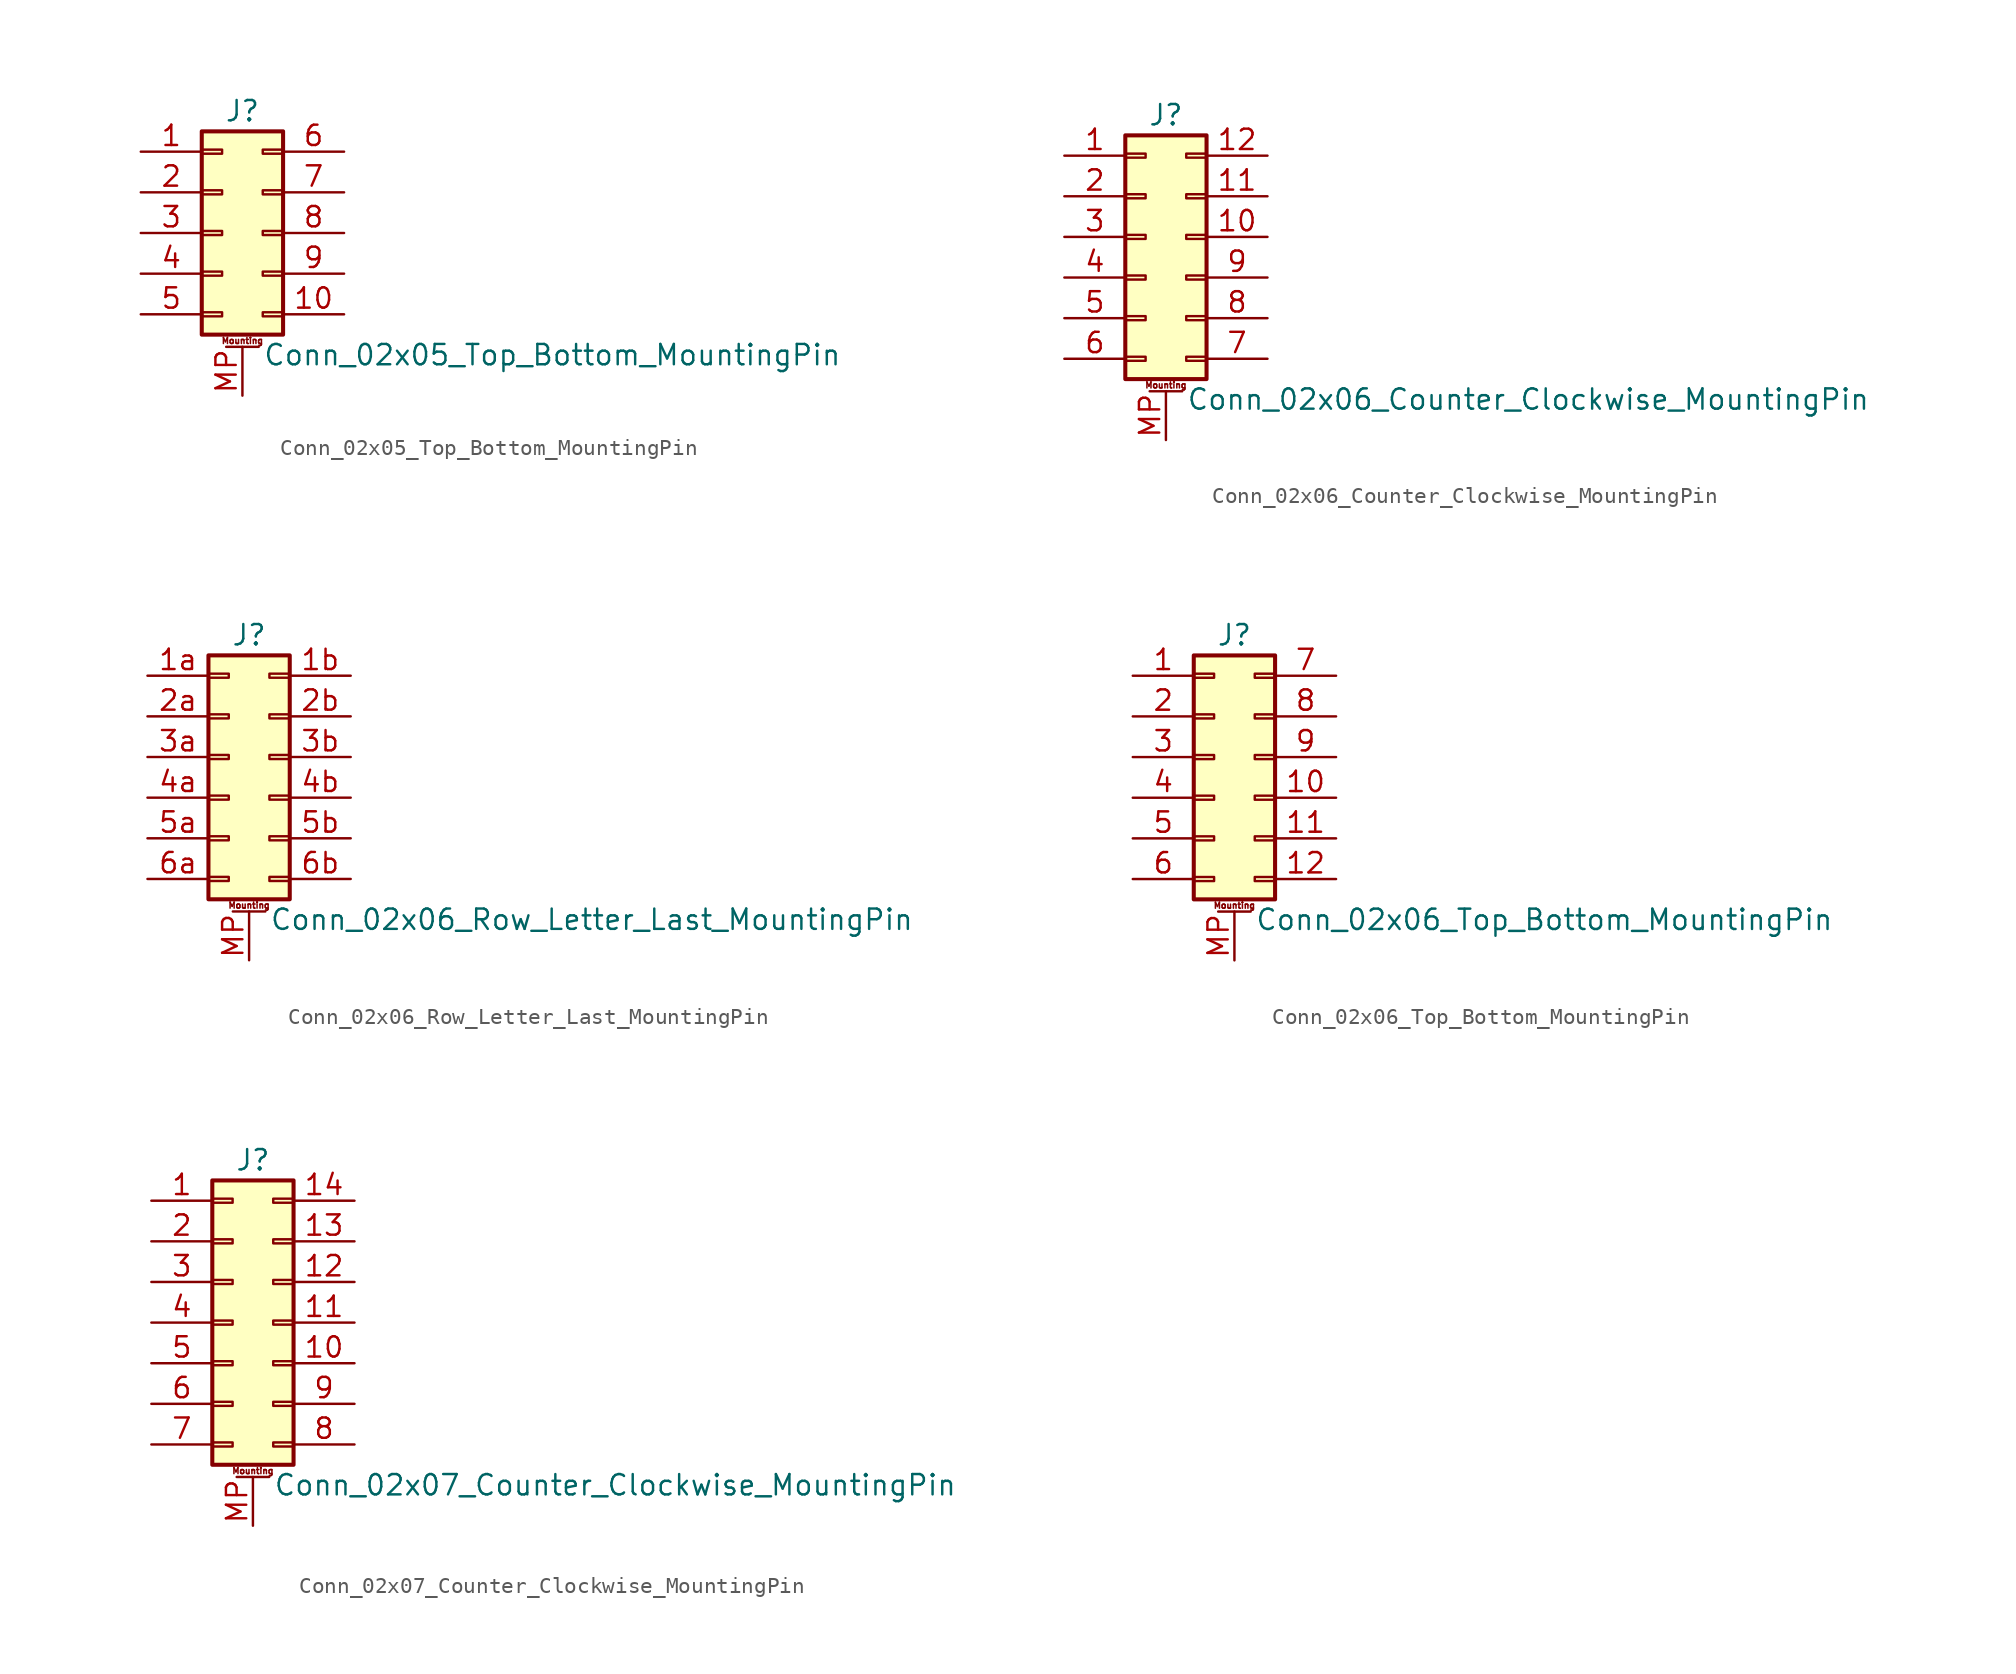
<source format=kicad_sym>
(kicad_symbol_lib
  (version 20201005)
  (generator kicad_symbol_editor)
  (symbol "Connector_Generic_MountingPin:Conn_02x05_Top_Bottom_MountingPin"
    (pin_names
      (offset 1.016) hide)
    (property "Reference" "J"
      (at 1.27 7.62 0)
      (effects (font (size 1.27 1.27))))
    (property "Value" "Conn_02x05_Top_Bottom_MountingPin"
      (at 2.54 -7.62 0)
      (effects (font (size 1.27 1.27)) (justify left)))
    (symbol "Conn_02x05_Top_Bottom_MountingPin_1_1"
      (text "Mounting" (at 1.27 -6.731 0) (effects (font (size 0.381 0.381))))
      (rectangle (start -1.27 -4.953) (end 0 -5.207) (stroke (width 0.152)) (fill (type none)))
      (rectangle (start -1.27 -2.413) (end 0 -2.667) (stroke (width 0.152)) (fill (type none)))
      (rectangle (start -1.27 2.667) (end 0 2.413) (stroke (width 0.152)) (fill (type none)))
      (rectangle (start -1.27 5.207) (end 0 4.953) (stroke (width 0.152)) (fill (type none)))
      (rectangle (start -1.27 6.35) (end 3.81 -6.35) (stroke (width 0.254)) (fill (type background)))
      (rectangle (start -1.27 0.127) (end 0 -0.127) (stroke (width 0.152)) (fill (type none)))
      (rectangle (start 3.81 -4.953) (end 2.54 -5.207) (stroke (width 0.152)) (fill (type none)))
      (rectangle (start 3.81 -2.413) (end 2.54 -2.667) (stroke (width 0.152)) (fill (type none)))
      (rectangle (start 3.81 2.667) (end 2.54 2.413) (stroke (width 0.152)) (fill (type none)))
      (rectangle (start 3.81 5.207) (end 2.54 4.953) (stroke (width 0.152)) (fill (type none)))
      (rectangle (start 3.81 0.127) (end 2.54 -0.127) (stroke (width 0.152)) (fill (type none)))
      (polyline (pts (xy 0.254 -7.112) (xy 2.286 -7.112)) (stroke (width 0.152)) (fill (type none)))
      (pin passive line (at 1.27 -10.16 90) (length 3.048) (name "MountPin" (effects (font (size 1.27 1.27)))) (number "MP" (effects (font (size 1.27 1.27)))))
      (pin passive line (at -5.08 5.08 0) (length 3.81) (name "Pin_1" (effects (font (size 1.27 1.27)))) (number "1" (effects (font (size 1.27 1.27)))))
      (pin passive line (at 7.62 -5.08 180) (length 3.81) (name "Pin_10" (effects (font (size 1.27 1.27)))) (number "10" (effects (font (size 1.27 1.27)))))
      (pin passive line (at -5.08 2.54 0) (length 3.81) (name "Pin_2" (effects (font (size 1.27 1.27)))) (number "2" (effects (font (size 1.27 1.27)))))
      (pin passive line (at -5.08 0 0) (length 3.81) (name "Pin_3" (effects (font (size 1.27 1.27)))) (number "3" (effects (font (size 1.27 1.27)))))
      (pin passive line (at -5.08 -2.54 0) (length 3.81) (name "Pin_4" (effects (font (size 1.27 1.27)))) (number "4" (effects (font (size 1.27 1.27)))))
      (pin passive line (at -5.08 -5.08 0) (length 3.81) (name "Pin_5" (effects (font (size 1.27 1.27)))) (number "5" (effects (font (size 1.27 1.27)))))
      (pin passive line (at 7.62 5.08 180) (length 3.81) (name "Pin_6" (effects (font (size 1.27 1.27)))) (number "6" (effects (font (size 1.27 1.27)))))
      (pin passive line (at 7.62 2.54 180) (length 3.81) (name "Pin_7" (effects (font (size 1.27 1.27)))) (number "7" (effects (font (size 1.27 1.27)))))
      (pin passive line (at 7.62 0 180) (length 3.81) (name "Pin_8" (effects (font (size 1.27 1.27)))) (number "8" (effects (font (size 1.27 1.27)))))
      (pin passive line (at 7.62 -2.54 180) (length 3.81) (name "Pin_9" (effects (font (size 1.27 1.27)))) (number "9" (effects (font (size 1.27 1.27)))))))
  (symbol "Connector_Generic_MountingPin:Conn_02x06_Counter_Clockwise_MountingPin"
    (pin_names
      (offset 1.016) hide)
    (property "Reference" "J"
      (at 1.27 7.62 0)
      (effects (font (size 1.27 1.27))))
    (property "Value" "Conn_02x06_Counter_Clockwise_MountingPin"
      (at 2.54 -10.16 0)
      (effects (font (size 1.27 1.27)) (justify left)))
    (symbol "Conn_02x06_Counter_Clockwise_MountingPin_1_1"
      (text "Mounting" (at 1.27 -9.271 0) (effects (font (size 0.381 0.381))))
      (rectangle (start -1.27 -4.953) (end 0 -5.207) (stroke (width 0.152)) (fill (type none)))
      (rectangle (start -1.27 -7.493) (end 0 -7.747) (stroke (width 0.152)) (fill (type none)))
      (rectangle (start -1.27 -2.413) (end 0 -2.667) (stroke (width 0.152)) (fill (type none)))
      (rectangle (start -1.27 2.667) (end 0 2.413) (stroke (width 0.152)) (fill (type none)))
      (rectangle (start -1.27 5.207) (end 0 4.953) (stroke (width 0.152)) (fill (type none)))
      (rectangle (start -1.27 6.35) (end 3.81 -8.89) (stroke (width 0.254)) (fill (type background)))
      (rectangle (start -1.27 0.127) (end 0 -0.127) (stroke (width 0.152)) (fill (type none)))
      (rectangle (start 3.81 -4.953) (end 2.54 -5.207) (stroke (width 0.152)) (fill (type none)))
      (rectangle (start 3.81 -7.493) (end 2.54 -7.747) (stroke (width 0.152)) (fill (type none)))
      (rectangle (start 3.81 -2.413) (end 2.54 -2.667) (stroke (width 0.152)) (fill (type none)))
      (rectangle (start 3.81 2.667) (end 2.54 2.413) (stroke (width 0.152)) (fill (type none)))
      (rectangle (start 3.81 5.207) (end 2.54 4.953) (stroke (width 0.152)) (fill (type none)))
      (rectangle (start 3.81 0.127) (end 2.54 -0.127) (stroke (width 0.152)) (fill (type none)))
      (polyline (pts (xy 0.254 -9.652) (xy 2.286 -9.652)) (stroke (width 0.152)) (fill (type none)))
      (pin passive line (at 1.27 -12.7 90) (length 3.048) (name "MountPin" (effects (font (size 1.27 1.27)))) (number "MP" (effects (font (size 1.27 1.27)))))
      (pin passive line (at -5.08 5.08 0) (length 3.81) (name "Pin_1" (effects (font (size 1.27 1.27)))) (number "1" (effects (font (size 1.27 1.27)))))
      (pin passive line (at 7.62 0 180) (length 3.81) (name "Pin_10" (effects (font (size 1.27 1.27)))) (number "10" (effects (font (size 1.27 1.27)))))
      (pin passive line (at 7.62 2.54 180) (length 3.81) (name "Pin_11" (effects (font (size 1.27 1.27)))) (number "11" (effects (font (size 1.27 1.27)))))
      (pin passive line (at 7.62 5.08 180) (length 3.81) (name "Pin_12" (effects (font (size 1.27 1.27)))) (number "12" (effects (font (size 1.27 1.27)))))
      (pin passive line (at -5.08 2.54 0) (length 3.81) (name "Pin_2" (effects (font (size 1.27 1.27)))) (number "2" (effects (font (size 1.27 1.27)))))
      (pin passive line (at -5.08 0 0) (length 3.81) (name "Pin_3" (effects (font (size 1.27 1.27)))) (number "3" (effects (font (size 1.27 1.27)))))
      (pin passive line (at -5.08 -2.54 0) (length 3.81) (name "Pin_4" (effects (font (size 1.27 1.27)))) (number "4" (effects (font (size 1.27 1.27)))))
      (pin passive line (at -5.08 -5.08 0) (length 3.81) (name "Pin_5" (effects (font (size 1.27 1.27)))) (number "5" (effects (font (size 1.27 1.27)))))
      (pin passive line (at -5.08 -7.62 0) (length 3.81) (name "Pin_6" (effects (font (size 1.27 1.27)))) (number "6" (effects (font (size 1.27 1.27)))))
      (pin passive line (at 7.62 -7.62 180) (length 3.81) (name "Pin_7" (effects (font (size 1.27 1.27)))) (number "7" (effects (font (size 1.27 1.27)))))
      (pin passive line (at 7.62 -5.08 180) (length 3.81) (name "Pin_8" (effects (font (size 1.27 1.27)))) (number "8" (effects (font (size 1.27 1.27)))))
      (pin passive line (at 7.62 -2.54 180) (length 3.81) (name "Pin_9" (effects (font (size 1.27 1.27)))) (number "9" (effects (font (size 1.27 1.27)))))))
  (symbol "Connector_Generic_MountingPin:Conn_02x06_Row_Letter_Last_MountingPin"
    (pin_names
      (offset 1.016) hide)
    (property "Reference" "J"
      (at 1.27 7.62 0)
      (effects (font (size 1.27 1.27))))
    (property "Value" "Conn_02x06_Row_Letter_Last_MountingPin"
      (at 2.54 -10.16 0)
      (effects (font (size 1.27 1.27)) (justify left)))
    (symbol "Conn_02x06_Row_Letter_Last_MountingPin_1_1"
      (text "Mounting" (at 1.27 -9.271 0) (effects (font (size 0.381 0.381))))
      (rectangle (start -1.27 -4.953) (end 0 -5.207) (stroke (width 0.152)) (fill (type none)))
      (rectangle (start -1.27 -7.493) (end 0 -7.747) (stroke (width 0.152)) (fill (type none)))
      (rectangle (start -1.27 -2.413) (end 0 -2.667) (stroke (width 0.152)) (fill (type none)))
      (rectangle (start -1.27 2.667) (end 0 2.413) (stroke (width 0.152)) (fill (type none)))
      (rectangle (start -1.27 5.207) (end 0 4.953) (stroke (width 0.152)) (fill (type none)))
      (rectangle (start -1.27 6.35) (end 3.81 -8.89) (stroke (width 0.254)) (fill (type background)))
      (rectangle (start -1.27 0.127) (end 0 -0.127) (stroke (width 0.152)) (fill (type none)))
      (rectangle (start 3.81 -4.953) (end 2.54 -5.207) (stroke (width 0.152)) (fill (type none)))
      (rectangle (start 3.81 -7.493) (end 2.54 -7.747) (stroke (width 0.152)) (fill (type none)))
      (rectangle (start 3.81 -2.413) (end 2.54 -2.667) (stroke (width 0.152)) (fill (type none)))
      (rectangle (start 3.81 2.667) (end 2.54 2.413) (stroke (width 0.152)) (fill (type none)))
      (rectangle (start 3.81 5.207) (end 2.54 4.953) (stroke (width 0.152)) (fill (type none)))
      (rectangle (start 3.81 0.127) (end 2.54 -0.127) (stroke (width 0.152)) (fill (type none)))
      (polyline (pts (xy 0.254 -9.652) (xy 2.286 -9.652)) (stroke (width 0.152)) (fill (type none)))
      (pin passive line (at 1.27 -12.7 90) (length 3.048) (name "MountPin" (effects (font (size 1.27 1.27)))) (number "MP" (effects (font (size 1.27 1.27)))))
      (pin passive line (at -5.08 5.08 0) (length 3.81) (name "Pin_1a" (effects (font (size 1.27 1.27)))) (number "1a" (effects (font (size 1.27 1.27)))))
      (pin passive line (at 7.62 5.08 180) (length 3.81) (name "Pin_1b" (effects (font (size 1.27 1.27)))) (number "1b" (effects (font (size 1.27 1.27)))))
      (pin passive line (at -5.08 2.54 0) (length 3.81) (name "Pin_2a" (effects (font (size 1.27 1.27)))) (number "2a" (effects (font (size 1.27 1.27)))))
      (pin passive line (at 7.62 2.54 180) (length 3.81) (name "Pin_2b" (effects (font (size 1.27 1.27)))) (number "2b" (effects (font (size 1.27 1.27)))))
      (pin passive line (at -5.08 0 0) (length 3.81) (name "Pin_3a" (effects (font (size 1.27 1.27)))) (number "3a" (effects (font (size 1.27 1.27)))))
      (pin passive line (at 7.62 0 180) (length 3.81) (name "Pin_3b" (effects (font (size 1.27 1.27)))) (number "3b" (effects (font (size 1.27 1.27)))))
      (pin passive line (at -5.08 -2.54 0) (length 3.81) (name "Pin_4a" (effects (font (size 1.27 1.27)))) (number "4a" (effects (font (size 1.27 1.27)))))
      (pin passive line (at 7.62 -2.54 180) (length 3.81) (name "Pin_4b" (effects (font (size 1.27 1.27)))) (number "4b" (effects (font (size 1.27 1.27)))))
      (pin passive line (at -5.08 -5.08 0) (length 3.81) (name "Pin_5a" (effects (font (size 1.27 1.27)))) (number "5a" (effects (font (size 1.27 1.27)))))
      (pin passive line (at 7.62 -5.08 180) (length 3.81) (name "Pin_5b" (effects (font (size 1.27 1.27)))) (number "5b" (effects (font (size 1.27 1.27)))))
      (pin passive line (at -5.08 -7.62 0) (length 3.81) (name "Pin_6a" (effects (font (size 1.27 1.27)))) (number "6a" (effects (font (size 1.27 1.27)))))
      (pin passive line (at 7.62 -7.62 180) (length 3.81) (name "Pin_6b" (effects (font (size 1.27 1.27)))) (number "6b" (effects (font (size 1.27 1.27)))))))
  (symbol "Connector_Generic_MountingPin:Conn_02x06_Top_Bottom_MountingPin"
    (pin_names
      (offset 1.016) hide)
    (property "Reference" "J"
      (at 1.27 7.62 0)
      (effects (font (size 1.27 1.27))))
    (property "Value" "Conn_02x06_Top_Bottom_MountingPin"
      (at 2.54 -10.16 0)
      (effects (font (size 1.27 1.27)) (justify left)))
    (symbol "Conn_02x06_Top_Bottom_MountingPin_1_1"
      (text "Mounting" (at 1.27 -9.271 0) (effects (font (size 0.381 0.381))))
      (rectangle (start -1.27 -4.953) (end 0 -5.207) (stroke (width 0.152)) (fill (type none)))
      (rectangle (start -1.27 -7.493) (end 0 -7.747) (stroke (width 0.152)) (fill (type none)))
      (rectangle (start -1.27 -2.413) (end 0 -2.667) (stroke (width 0.152)) (fill (type none)))
      (rectangle (start -1.27 2.667) (end 0 2.413) (stroke (width 0.152)) (fill (type none)))
      (rectangle (start -1.27 5.207) (end 0 4.953) (stroke (width 0.152)) (fill (type none)))
      (rectangle (start -1.27 6.35) (end 3.81 -8.89) (stroke (width 0.254)) (fill (type background)))
      (rectangle (start -1.27 0.127) (end 0 -0.127) (stroke (width 0.152)) (fill (type none)))
      (rectangle (start 3.81 -4.953) (end 2.54 -5.207) (stroke (width 0.152)) (fill (type none)))
      (rectangle (start 3.81 -7.493) (end 2.54 -7.747) (stroke (width 0.152)) (fill (type none)))
      (rectangle (start 3.81 -2.413) (end 2.54 -2.667) (stroke (width 0.152)) (fill (type none)))
      (rectangle (start 3.81 2.667) (end 2.54 2.413) (stroke (width 0.152)) (fill (type none)))
      (rectangle (start 3.81 5.207) (end 2.54 4.953) (stroke (width 0.152)) (fill (type none)))
      (rectangle (start 3.81 0.127) (end 2.54 -0.127) (stroke (width 0.152)) (fill (type none)))
      (polyline (pts (xy 0.254 -9.652) (xy 2.286 -9.652)) (stroke (width 0.152)) (fill (type none)))
      (pin passive line (at 1.27 -12.7 90) (length 3.048) (name "MountPin" (effects (font (size 1.27 1.27)))) (number "MP" (effects (font (size 1.27 1.27)))))
      (pin passive line (at -5.08 5.08 0) (length 3.81) (name "Pin_1" (effects (font (size 1.27 1.27)))) (number "1" (effects (font (size 1.27 1.27)))))
      (pin passive line (at 7.62 -2.54 180) (length 3.81) (name "Pin_10" (effects (font (size 1.27 1.27)))) (number "10" (effects (font (size 1.27 1.27)))))
      (pin passive line (at 7.62 -5.08 180) (length 3.81) (name "Pin_11" (effects (font (size 1.27 1.27)))) (number "11" (effects (font (size 1.27 1.27)))))
      (pin passive line (at 7.62 -7.62 180) (length 3.81) (name "Pin_12" (effects (font (size 1.27 1.27)))) (number "12" (effects (font (size 1.27 1.27)))))
      (pin passive line (at -5.08 2.54 0) (length 3.81) (name "Pin_2" (effects (font (size 1.27 1.27)))) (number "2" (effects (font (size 1.27 1.27)))))
      (pin passive line (at -5.08 0 0) (length 3.81) (name "Pin_3" (effects (font (size 1.27 1.27)))) (number "3" (effects (font (size 1.27 1.27)))))
      (pin passive line (at -5.08 -2.54 0) (length 3.81) (name "Pin_4" (effects (font (size 1.27 1.27)))) (number "4" (effects (font (size 1.27 1.27)))))
      (pin passive line (at -5.08 -5.08 0) (length 3.81) (name "Pin_5" (effects (font (size 1.27 1.27)))) (number "5" (effects (font (size 1.27 1.27)))))
      (pin passive line (at -5.08 -7.62 0) (length 3.81) (name "Pin_6" (effects (font (size 1.27 1.27)))) (number "6" (effects (font (size 1.27 1.27)))))
      (pin passive line (at 7.62 5.08 180) (length 3.81) (name "Pin_7" (effects (font (size 1.27 1.27)))) (number "7" (effects (font (size 1.27 1.27)))))
      (pin passive line (at 7.62 2.54 180) (length 3.81) (name "Pin_8" (effects (font (size 1.27 1.27)))) (number "8" (effects (font (size 1.27 1.27)))))
      (pin passive line (at 7.62 0 180) (length 3.81) (name "Pin_9" (effects (font (size 1.27 1.27)))) (number "9" (effects (font (size 1.27 1.27)))))))
  (symbol "Connector_Generic_MountingPin:Conn_02x07_Counter_Clockwise_MountingPin"
    (pin_names
      (offset 1.016) hide)
    (property "Reference" "J"
      (at 1.27 10.16 0)
      (effects (font (size 1.27 1.27))))
    (property "Value" "Conn_02x07_Counter_Clockwise_MountingPin"
      (at 2.54 -10.16 0)
      (effects (font (size 1.27 1.27)) (justify left)))
    (symbol "Conn_02x07_Counter_Clockwise_MountingPin_1_1"
      (text "Mounting" (at 1.27 -9.271 0) (effects (font (size 0.381 0.381))))
      (rectangle (start -1.27 -4.953) (end 0 -5.207) (stroke (width 0.152)) (fill (type none)))
      (rectangle (start -1.27 -7.493) (end 0 -7.747) (stroke (width 0.152)) (fill (type none)))
      (rectangle (start -1.27 -2.413) (end 0 -2.667) (stroke (width 0.152)) (fill (type none)))
      (rectangle (start -1.27 2.667) (end 0 2.413) (stroke (width 0.152)) (fill (type none)))
      (rectangle (start -1.27 5.207) (end 0 4.953) (stroke (width 0.152)) (fill (type none)))
      (rectangle (start -1.27 7.747) (end 0 7.493) (stroke (width 0.152)) (fill (type none)))
      (rectangle (start -1.27 8.89) (end 3.81 -8.89) (stroke (width 0.254)) (fill (type background)))
      (rectangle (start -1.27 0.127) (end 0 -0.127) (stroke (width 0.152)) (fill (type none)))
      (rectangle (start 3.81 -4.953) (end 2.54 -5.207) (stroke (width 0.152)) (fill (type none)))
      (rectangle (start 3.81 -7.493) (end 2.54 -7.747) (stroke (width 0.152)) (fill (type none)))
      (rectangle (start 3.81 -2.413) (end 2.54 -2.667) (stroke (width 0.152)) (fill (type none)))
      (rectangle (start 3.81 2.667) (end 2.54 2.413) (stroke (width 0.152)) (fill (type none)))
      (rectangle (start 3.81 5.207) (end 2.54 4.953) (stroke (width 0.152)) (fill (type none)))
      (rectangle (start 3.81 7.747) (end 2.54 7.493) (stroke (width 0.152)) (fill (type none)))
      (rectangle (start 3.81 0.127) (end 2.54 -0.127) (stroke (width 0.152)) (fill (type none)))
      (polyline (pts (xy 0.254 -9.652) (xy 2.286 -9.652)) (stroke (width 0.152)) (fill (type none)))
      (pin passive line (at 1.27 -12.7 90) (length 3.048) (name "MountPin" (effects (font (size 1.27 1.27)))) (number "MP" (effects (font (size 1.27 1.27)))))
      (pin passive line (at -5.08 7.62 0) (length 3.81) (name "Pin_1" (effects (font (size 1.27 1.27)))) (number "1" (effects (font (size 1.27 1.27)))))
      (pin passive line (at 7.62 -2.54 180) (length 3.81) (name "Pin_10" (effects (font (size 1.27 1.27)))) (number "10" (effects (font (size 1.27 1.27)))))
      (pin passive line (at 7.62 0 180) (length 3.81) (name "Pin_11" (effects (font (size 1.27 1.27)))) (number "11" (effects (font (size 1.27 1.27)))))
      (pin passive line (at 7.62 2.54 180) (length 3.81) (name "Pin_12" (effects (font (size 1.27 1.27)))) (number "12" (effects (font (size 1.27 1.27)))))
      (pin passive line (at 7.62 5.08 180) (length 3.81) (name "Pin_13" (effects (font (size 1.27 1.27)))) (number "13" (effects (font (size 1.27 1.27)))))
      (pin passive line (at 7.62 7.62 180) (length 3.81) (name "Pin_14" (effects (font (size 1.27 1.27)))) (number "14" (effects (font (size 1.27 1.27)))))
      (pin passive line (at -5.08 5.08 0) (length 3.81) (name "Pin_2" (effects (font (size 1.27 1.27)))) (number "2" (effects (font (size 1.27 1.27)))))
      (pin passive line (at -5.08 2.54 0) (length 3.81) (name "Pin_3" (effects (font (size 1.27 1.27)))) (number "3" (effects (font (size 1.27 1.27)))))
      (pin passive line (at -5.08 0 0) (length 3.81) (name "Pin_4" (effects (font (size 1.27 1.27)))) (number "4" (effects (font (size 1.27 1.27)))))
      (pin passive line (at -5.08 -2.54 0) (length 3.81) (name "Pin_5" (effects (font (size 1.27 1.27)))) (number "5" (effects (font (size 1.27 1.27)))))
      (pin passive line (at -5.08 -5.08 0) (length 3.81) (name "Pin_6" (effects (font (size 1.27 1.27)))) (number "6" (effects (font (size 1.27 1.27)))))
      (pin passive line (at -5.08 -7.62 0) (length 3.81) (name "Pin_7" (effects (font (size 1.27 1.27)))) (number "7" (effects (font (size 1.27 1.27)))))
      (pin passive line (at 7.62 -7.62 180) (length 3.81) (name "Pin_8" (effects (font (size 1.27 1.27)))) (number "8" (effects (font (size 1.27 1.27)))))
      (pin passive line (at 7.62 -5.08 180) (length 3.81) (name "Pin_9" (effects (font (size 1.27 1.27)))) (number "9" (effects (font (size 1.27 1.27))))))))
</source>
